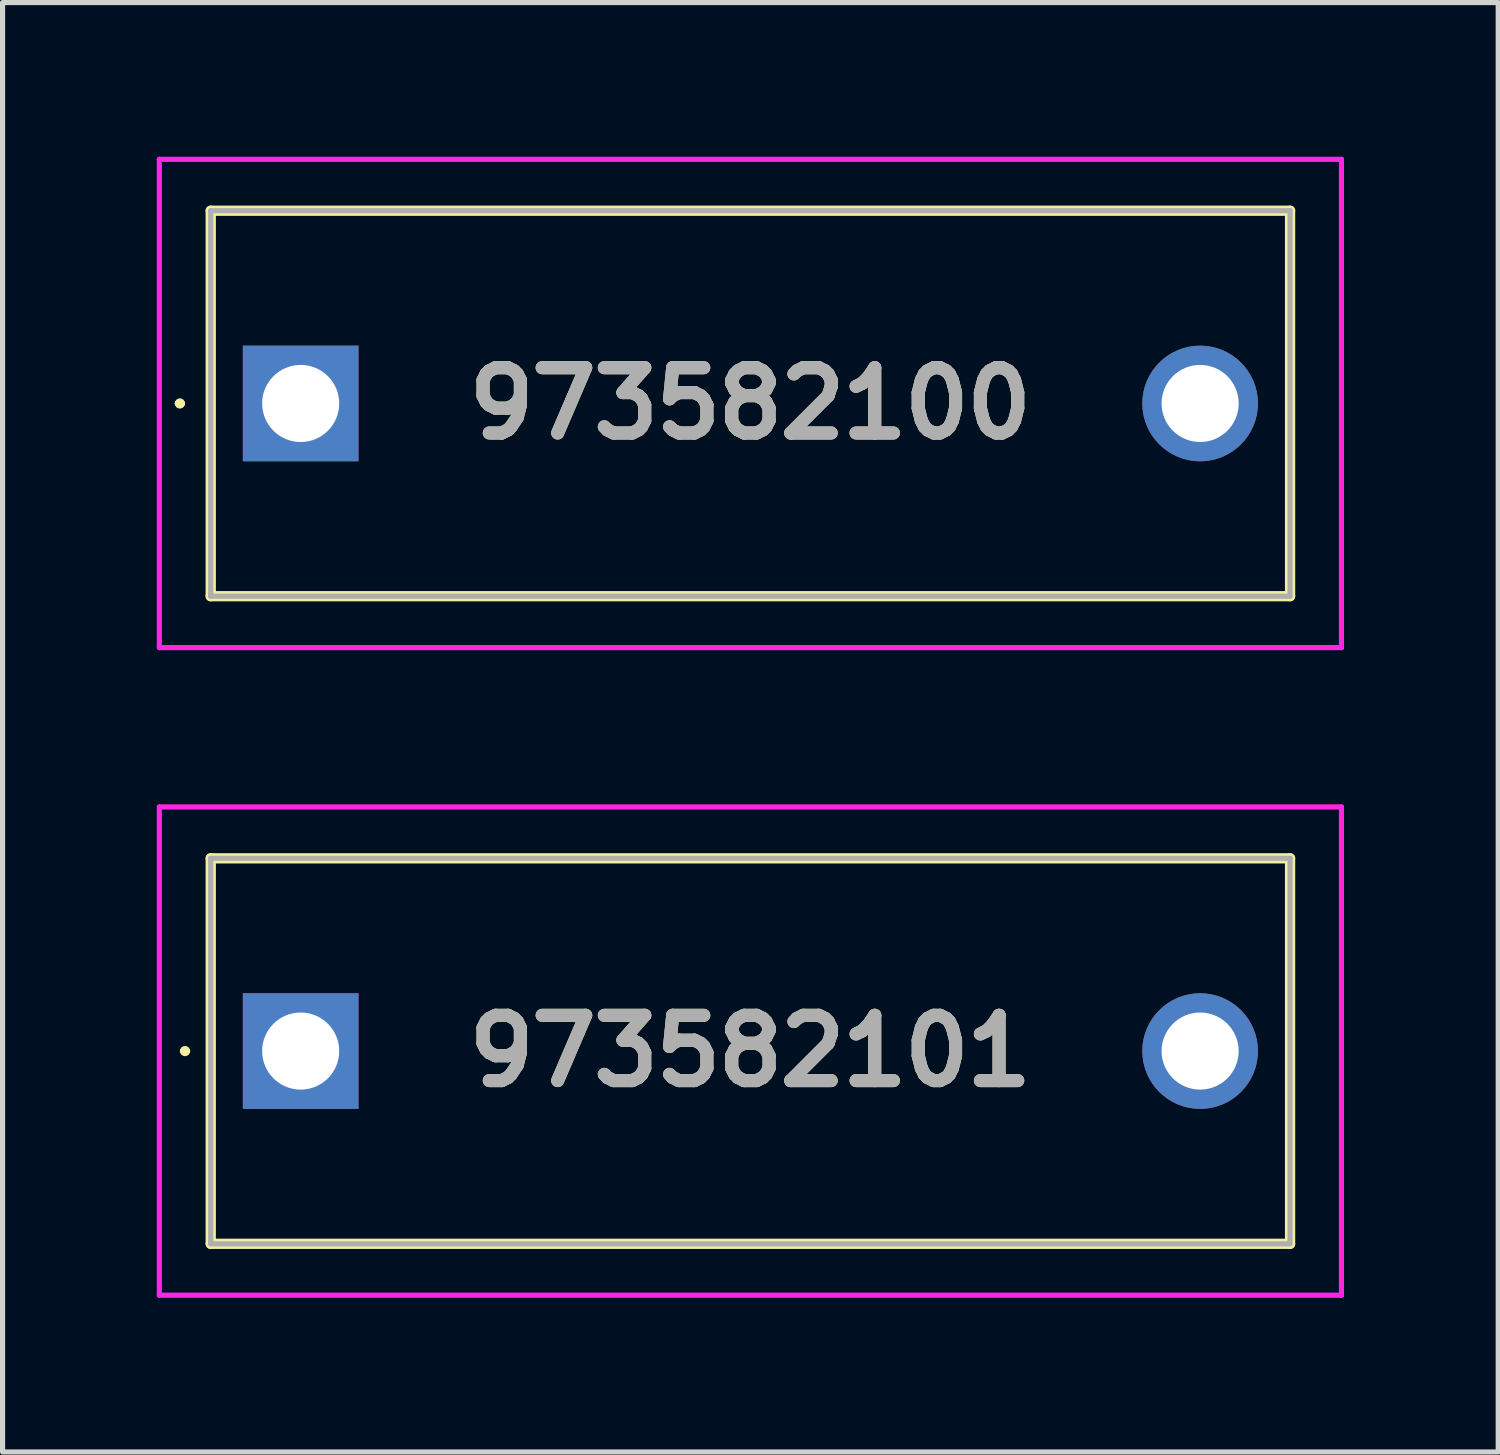
<source format=kicad_pcb>
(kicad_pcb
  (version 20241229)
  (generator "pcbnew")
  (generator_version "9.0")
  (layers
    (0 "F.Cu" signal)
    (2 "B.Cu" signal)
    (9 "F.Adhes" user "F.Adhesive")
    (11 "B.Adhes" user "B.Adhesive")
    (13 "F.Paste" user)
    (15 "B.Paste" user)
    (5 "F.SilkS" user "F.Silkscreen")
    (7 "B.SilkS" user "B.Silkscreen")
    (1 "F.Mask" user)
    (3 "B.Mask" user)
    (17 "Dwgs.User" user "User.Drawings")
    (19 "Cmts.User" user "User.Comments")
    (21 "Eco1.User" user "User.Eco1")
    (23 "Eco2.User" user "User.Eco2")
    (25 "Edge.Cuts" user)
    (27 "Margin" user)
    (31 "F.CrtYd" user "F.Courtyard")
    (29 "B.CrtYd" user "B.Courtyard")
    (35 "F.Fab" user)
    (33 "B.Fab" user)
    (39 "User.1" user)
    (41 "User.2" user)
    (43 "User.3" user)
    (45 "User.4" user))
  (footprint "973582100"
    (layer "F.Cu")
    (at 2.8 4.8)
    (property "Reference" "973582100" (at 8.75 0 0) (layer "F.SilkS") (effects (font (size 1.27 1.27) (thickness 0.254))))
    (attr through_hole)
    (fp_line (start -2.4 0) (end -2.4 0) (stroke (width 0.1) (type solid)) (layer "F.SilkS"))
    (fp_line (start -2.3 0) (end -2.3 0) (stroke (width 0.1) (type solid)) (layer "F.SilkS"))
    (fp_line (start -1.75 -3.75) (end 19.25 -3.75) (stroke (width 0.2) (type solid)) (layer "F.SilkS"))
    (fp_line (start -1.75 3.75) (end -1.75 -3.75) (stroke (width 0.2) (type solid)) (layer "F.SilkS"))
    (fp_line (start 19.25 -3.75) (end 19.25 3.75) (stroke (width 0.2) (type solid)) (layer "F.SilkS"))
    (fp_line (start 19.25 3.75) (end -1.75 3.75) (stroke (width 0.2) (type solid)) (layer "F.SilkS"))
    (fp_arc (start -2.4 0) (mid -2.35 -0.05) (end -2.3 0) (stroke (width 0.1) (type solid)) (layer "F.SilkS"))
    (fp_arc (start -2.3 0) (mid -2.35 0.05) (end -2.4 0) (stroke (width 0.1) (type solid)) (layer "F.SilkS"))
    (fp_line (start -2.75 -4.75) (end 20.25 -4.75) (stroke (width 0.1) (type solid)) (layer "F.CrtYd"))
    (fp_line (start -2.75 4.75) (end -2.75 -4.75) (stroke (width 0.1) (type solid)) (layer "F.CrtYd"))
    (fp_line (start 20.25 -4.75) (end 20.25 4.75) (stroke (width 0.1) (type solid)) (layer "F.CrtYd"))
    (fp_line (start 20.25 4.75) (end -2.75 4.75) (stroke (width 0.1) (type solid)) (layer "F.CrtYd"))
    (fp_line (start -1.75 -3.75) (end 19.25 -3.75) (stroke (width 0.1) (type solid)) (layer "F.Fab"))
    (fp_line (start -1.75 3.75) (end -1.75 -3.75) (stroke (width 0.1) (type solid)) (layer "F.Fab"))
    (fp_line (start 19.25 -3.75) (end 19.25 3.75) (stroke (width 0.1) (type solid)) (layer "F.Fab"))
    (fp_line (start 19.25 3.75) (end -1.75 3.75) (stroke (width 0.1) (type solid)) (layer "F.Fab"))
    (fp_text user "${REFERENCE}" (at 8.75 0 0) (layer "F.Fab") (effects (font (size 1.27 1.27) (thickness 0.254))))
    (pad "1" thru_hole rect (at 0 0) (size 2.25 2.25) (drill 1.5) (layers "*.Cu" "*.Mask"))
    (pad "1" thru_hole circle (at 17.5 0) (size 2.25 2.25) (drill 1.5) (layers "*.Cu" "*.Mask")))
  (footprint "973582101"
    (layer "F.Cu")
    (at 2.8 17.4)
    (property "Reference" "973582101" (at 8.75 0 0) (layer "F.SilkS") (effects (font (size 1.27 1.27) (thickness 0.254))))
    (attr through_hole)
    (fp_line (start -2.3 0) (end -2.3 0) (stroke (width 0.1) (type solid)) (layer "F.SilkS"))
    (fp_line (start -2.2 0) (end -2.2 0) (stroke (width 0.1) (type solid)) (layer "F.SilkS"))
    (fp_line (start -1.75 -3.75) (end 19.25 -3.75) (stroke (width 0.2) (type solid)) (layer "F.SilkS"))
    (fp_line (start -1.75 3.75) (end -1.75 -3.75) (stroke (width 0.2) (type solid)) (layer "F.SilkS"))
    (fp_line (start 19.25 -3.75) (end 19.25 3.75) (stroke (width 0.2) (type solid)) (layer "F.SilkS"))
    (fp_line (start 19.25 3.75) (end -1.75 3.75) (stroke (width 0.2) (type solid)) (layer "F.SilkS"))
    (fp_arc (start -2.3 0) (mid -2.25 -0.05) (end -2.2 0) (stroke (width 0.1) (type solid)) (layer "F.SilkS"))
    (fp_arc (start -2.2 0) (mid -2.25 0.05) (end -2.3 0) (stroke (width 0.1) (type solid)) (layer "F.SilkS"))
    (fp_line (start -2.75 -4.75) (end 20.25 -4.75) (stroke (width 0.1) (type solid)) (layer "F.CrtYd"))
    (fp_line (start -2.75 4.75) (end -2.75 -4.75) (stroke (width 0.1) (type solid)) (layer "F.CrtYd"))
    (fp_line (start 20.25 -4.75) (end 20.25 4.75) (stroke (width 0.1) (type solid)) (layer "F.CrtYd"))
    (fp_line (start 20.25 4.75) (end -2.75 4.75) (stroke (width 0.1) (type solid)) (layer "F.CrtYd"))
    (fp_line (start -1.75 -3.75) (end 19.25 -3.75) (stroke (width 0.1) (type solid)) (layer "F.Fab"))
    (fp_line (start -1.75 3.75) (end -1.75 -3.75) (stroke (width 0.1) (type solid)) (layer "F.Fab"))
    (fp_line (start 19.25 -3.75) (end 19.25 3.75) (stroke (width 0.1) (type solid)) (layer "F.Fab"))
    (fp_line (start 19.25 3.75) (end -1.75 3.75) (stroke (width 0.1) (type solid)) (layer "F.Fab"))
    (fp_text user "${REFERENCE}" (at 8.75 0 0) (layer "F.Fab") (effects (font (size 1.27 1.27) (thickness 0.254))))
    (pad "1" thru_hole rect (at 0 0) (size 2.25 2.25) (drill 1.5) (layers "*.Cu" "*.Mask"))
    (pad "1" thru_hole circle (at 17.5 0) (size 2.25 2.25) (drill 1.5) (layers "*.Cu" "*.Mask")))
  (gr_rect
    (start -3 -3)
    (end 26.1 25.2)
    (stroke (width 0.1) (type default))
    (fill no)
    (layer "Edge.Cuts")))
</source>
